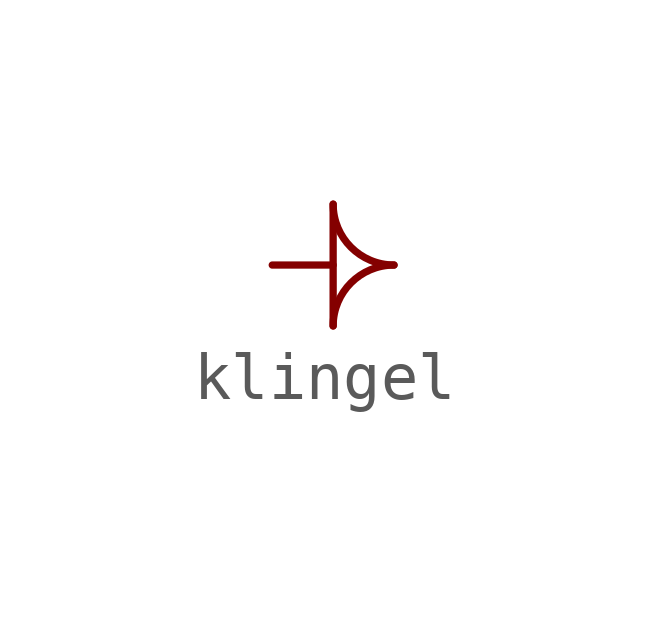
<source format=kicad_sym>
(kicad_symbol_lib
  (version 20211014)
  (generator kicad_symbol_editor)
  (symbol "klingel"
    (pin_numbers hide)
    (pin_names
      (offset 0) hide)
    (property "Reference" "U"
      (at 0 2.54 0)
      (effects (font (size 1.27 1.27)) hide))
    (symbol "klingel_0_0"
      (polyline (pts (xy 1.27 1.27) (xy 1.27 -1.27)) (stroke (width 0) (type default) (color 0 0 0 0)) (fill (type none)))
      (arc (start 1.27 1.27) (mid 0.372 -0.898) (end 2.54 0) (stroke (width 0) (type default) (color 0 0 0 0)) (fill (type none)))
      (arc (start 2.54 0) (mid 0.372 0.898) (end 1.27 -1.27) (stroke (width 0) (type default) (color 0 0 0 0)) (fill (type none))))
    (symbol "klingel_1_1"
      (pin passive line (at 0 0 0) (length 1.27) (name "2" (effects (font (size 1.27 1.27)))) (number "2" (effects (font (size 1.27 1.27))))))))
</source>
